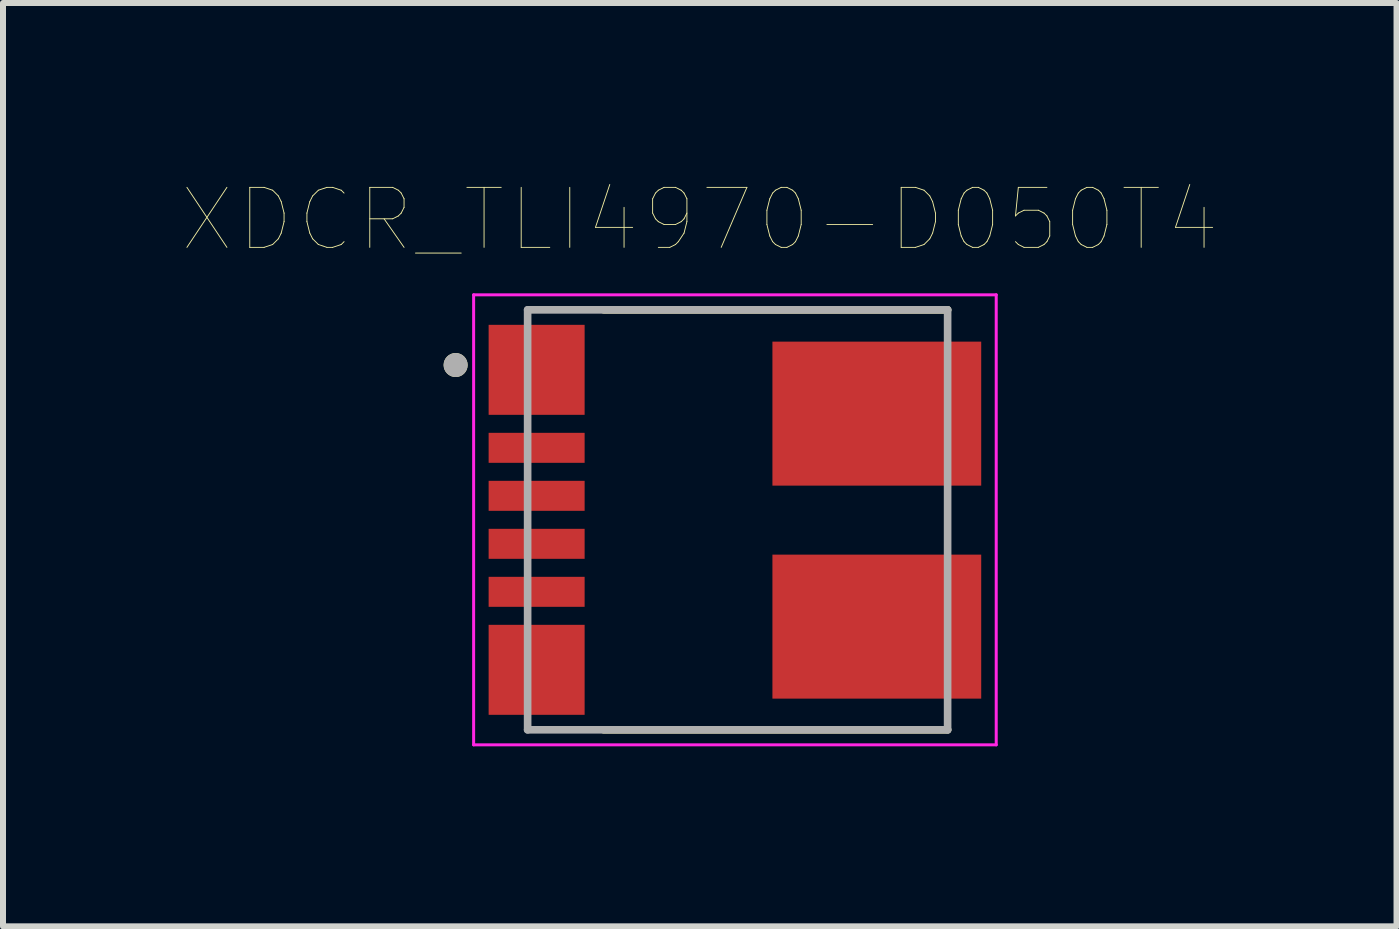
<source format=kicad_pcb>
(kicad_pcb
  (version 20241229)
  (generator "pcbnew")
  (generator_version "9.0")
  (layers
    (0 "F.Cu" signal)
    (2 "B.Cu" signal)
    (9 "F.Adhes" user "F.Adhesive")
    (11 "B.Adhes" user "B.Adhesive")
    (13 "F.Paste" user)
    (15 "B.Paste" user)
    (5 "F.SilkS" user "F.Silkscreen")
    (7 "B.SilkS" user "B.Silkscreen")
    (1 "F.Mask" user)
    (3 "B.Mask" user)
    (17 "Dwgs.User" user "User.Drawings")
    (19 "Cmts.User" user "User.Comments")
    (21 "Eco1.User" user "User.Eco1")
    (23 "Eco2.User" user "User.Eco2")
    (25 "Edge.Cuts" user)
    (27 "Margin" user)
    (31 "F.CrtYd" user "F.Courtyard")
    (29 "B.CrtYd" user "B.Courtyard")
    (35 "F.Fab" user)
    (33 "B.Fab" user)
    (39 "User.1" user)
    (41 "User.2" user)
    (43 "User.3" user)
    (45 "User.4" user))
  (footprint "XDCR_TLI4970-D050T4"
    (layer "F.Cu")
    (at 9.244 5.614)
    (property "Reference" "XDCR_TLI4970-D050T4" (at -0.631 -5.003 0) (layer "F.SilkS") (effects (font (size 1 1) (thickness 0.015))))
    (attr through_hole)
    (fp_line (start -2.23 -3.5) (end 3.5 -3.5) (stroke (width 0.127) (type solid)) (layer "F.SilkS"))
    (fp_line (start 3.5 3.5) (end -2.23 3.5) (stroke (width 0.127) (type solid)) (layer "F.SilkS"))
    (fp_circle (center -4.7 -2.58) (end -4.6 -2.58) (stroke (width 0.2) (type solid)) (fill no) (layer "F.SilkS"))
    (fp_poly (pts (xy -3.425 -1.825) (xy -3.025 -1.825) (xy -3.025 -0.575) (xy -3.425 -0.575)) (stroke (width 0.01) (type solid)) (fill yes) (layer "F.Paste"))
    (fp_poly (pts (xy -3.425 -1.025) (xy -3.025 -1.025) (xy -3.025 0.225) (xy -3.425 0.225)) (stroke (width 0.01) (type solid)) (fill yes) (layer "F.Paste"))
    (fp_poly (pts (xy -3.425 -0.225) (xy -3.025 -0.225) (xy -3.025 1.025) (xy -3.425 1.025)) (stroke (width 0.01) (type solid)) (fill yes) (layer "F.Paste"))
    (fp_poly (pts (xy -3.425 0.575) (xy -3.025 0.575) (xy -3.025 1.825) (xy -3.425 1.825)) (stroke (width 0.01) (type solid)) (fill yes) (layer "F.Paste"))
    (fp_poly (pts (xy -3.375 -3.625) (xy -3.075 -3.625) (xy -3.075 -2.375) (xy -3.375 -2.375)) (stroke (width 0.01) (type solid)) (fill yes) (layer "F.Paste"))
    (fp_poly (pts (xy -3.375 -3.125) (xy -3.075 -3.125) (xy -3.075 -1.875) (xy -3.375 -1.875)) (stroke (width 0.01) (type solid)) (fill yes) (layer "F.Paste"))
    (fp_poly (pts (xy -3.375 -2.625) (xy -3.075 -2.625) (xy -3.075 -1.375) (xy -3.375 -1.375)) (stroke (width 0.01) (type solid)) (fill yes) (layer "F.Paste"))
    (fp_poly (pts (xy -3.375 1.375) (xy -3.075 1.375) (xy -3.075 2.625) (xy -3.375 2.625)) (stroke (width 0.01) (type solid)) (fill yes) (layer "F.Paste"))
    (fp_poly (pts (xy -3.375 1.875) (xy -3.075 1.875) (xy -3.075 3.125) (xy -3.375 3.125)) (stroke (width 0.01) (type solid)) (fill yes) (layer "F.Paste"))
    (fp_poly (pts (xy -3.375 2.375) (xy -3.075 2.375) (xy -3.075 3.625) (xy -3.375 3.625)) (stroke (width 0.01) (type solid)) (fill yes) (layer "F.Paste"))
    (fp_poly (pts (xy 0.63 -2.93) (xy 0.93 -2.93) (xy 0.93 -2.63) (xy 0.63 -2.63)) (stroke (width 0.01) (type solid)) (fill yes) (layer "F.Paste"))
    (fp_poly (pts (xy 0.63 -2.43) (xy 0.93 -2.43) (xy 0.93 -2.13) (xy 0.63 -2.13)) (stroke (width 0.01) (type solid)) (fill yes) (layer "F.Paste"))
    (fp_poly (pts (xy 0.63 -1.93) (xy 0.93 -1.93) (xy 0.93 -1.63) (xy 0.63 -1.63)) (stroke (width 0.01) (type solid)) (fill yes) (layer "F.Paste"))
    (fp_poly (pts (xy 0.63 -1.43) (xy 0.93 -1.43) (xy 0.93 -1.13) (xy 0.63 -1.13)) (stroke (width 0.01) (type solid)) (fill yes) (layer "F.Paste"))
    (fp_poly (pts (xy 0.63 -0.93) (xy 0.93 -0.93) (xy 0.93 -0.63) (xy 0.63 -0.63)) (stroke (width 0.01) (type solid)) (fill yes) (layer "F.Paste"))
    (fp_poly (pts (xy 0.63 0.63) (xy 0.93 0.63) (xy 0.93 0.93) (xy 0.63 0.93)) (stroke (width 0.01) (type solid)) (fill yes) (layer "F.Paste"))
    (fp_poly (pts (xy 0.63 1.13) (xy 0.93 1.13) (xy 0.93 1.43) (xy 0.63 1.43)) (stroke (width 0.01) (type solid)) (fill yes) (layer "F.Paste"))
    (fp_poly (pts (xy 0.63 1.63) (xy 0.93 1.63) (xy 0.93 1.93) (xy 0.63 1.93)) (stroke (width 0.01) (type solid)) (fill yes) (layer "F.Paste"))
    (fp_poly (pts (xy 0.63 2.13) (xy 0.93 2.13) (xy 0.93 2.43) (xy 0.63 2.43)) (stroke (width 0.01) (type solid)) (fill yes) (layer "F.Paste"))
    (fp_poly (pts (xy 0.63 2.63) (xy 0.93 2.63) (xy 0.93 2.93) (xy 0.63 2.93)) (stroke (width 0.01) (type solid)) (fill yes) (layer "F.Paste"))
    (fp_poly (pts (xy 1.13 -2.93) (xy 1.43 -2.93) (xy 1.43 -2.63) (xy 1.13 -2.63)) (stroke (width 0.01) (type solid)) (fill yes) (layer "F.Paste"))
    (fp_poly (pts (xy 1.13 -2.43) (xy 1.43 -2.43) (xy 1.43 -2.13) (xy 1.13 -2.13)) (stroke (width 0.01) (type solid)) (fill yes) (layer "F.Paste"))
    (fp_poly (pts (xy 1.13 -1.93) (xy 1.43 -1.93) (xy 1.43 -1.63) (xy 1.13 -1.63)) (stroke (width 0.01) (type solid)) (fill yes) (layer "F.Paste"))
    (fp_poly (pts (xy 1.13 -1.43) (xy 1.43 -1.43) (xy 1.43 -1.13) (xy 1.13 -1.13)) (stroke (width 0.01) (type solid)) (fill yes) (layer "F.Paste"))
    (fp_poly (pts (xy 1.13 -0.93) (xy 1.43 -0.93) (xy 1.43 -0.63) (xy 1.13 -0.63)) (stroke (width 0.01) (type solid)) (fill yes) (layer "F.Paste"))
    (fp_poly (pts (xy 1.13 0.63) (xy 1.43 0.63) (xy 1.43 0.93) (xy 1.13 0.93)) (stroke (width 0.01) (type solid)) (fill yes) (layer "F.Paste"))
    (fp_poly (pts (xy 1.13 1.13) (xy 1.43 1.13) (xy 1.43 1.43) (xy 1.13 1.43)) (stroke (width 0.01) (type solid)) (fill yes) (layer "F.Paste"))
    (fp_poly (pts (xy 1.13 1.63) (xy 1.43 1.63) (xy 1.43 1.93) (xy 1.13 1.93)) (stroke (width 0.01) (type solid)) (fill yes) (layer "F.Paste"))
    (fp_poly (pts (xy 1.13 2.13) (xy 1.43 2.13) (xy 1.43 2.43) (xy 1.13 2.43)) (stroke (width 0.01) (type solid)) (fill yes) (layer "F.Paste"))
    (fp_poly (pts (xy 1.13 2.63) (xy 1.43 2.63) (xy 1.43 2.93) (xy 1.13 2.93)) (stroke (width 0.01) (type solid)) (fill yes) (layer "F.Paste"))
    (fp_poly (pts (xy 1.63 -2.93) (xy 1.93 -2.93) (xy 1.93 -2.63) (xy 1.63 -2.63)) (stroke (width 0.01) (type solid)) (fill yes) (layer "F.Paste"))
    (fp_poly (pts (xy 1.63 -2.43) (xy 1.93 -2.43) (xy 1.93 -2.13) (xy 1.63 -2.13)) (stroke (width 0.01) (type solid)) (fill yes) (layer "F.Paste"))
    (fp_poly (pts (xy 1.63 -1.93) (xy 1.93 -1.93) (xy 1.93 -1.63) (xy 1.63 -1.63)) (stroke (width 0.01) (type solid)) (fill yes) (layer "F.Paste"))
    (fp_poly (pts (xy 1.63 -1.43) (xy 1.93 -1.43) (xy 1.93 -1.13) (xy 1.63 -1.13)) (stroke (width 0.01) (type solid)) (fill yes) (layer "F.Paste"))
    (fp_poly (pts (xy 1.63 -0.93) (xy 1.93 -0.93) (xy 1.93 -0.63) (xy 1.63 -0.63)) (stroke (width 0.01) (type solid)) (fill yes) (layer "F.Paste"))
    (fp_poly (pts (xy 1.63 0.63) (xy 1.93 0.63) (xy 1.93 0.93) (xy 1.63 0.93)) (stroke (width 0.01) (type solid)) (fill yes) (layer "F.Paste"))
    (fp_poly (pts (xy 1.63 1.13) (xy 1.93 1.13) (xy 1.93 1.43) (xy 1.63 1.43)) (stroke (width 0.01) (type solid)) (fill yes) (layer "F.Paste"))
    (fp_poly (pts (xy 1.63 1.63) (xy 1.93 1.63) (xy 1.93 1.93) (xy 1.63 1.93)) (stroke (width 0.01) (type solid)) (fill yes) (layer "F.Paste"))
    (fp_poly (pts (xy 1.63 2.13) (xy 1.93 2.13) (xy 1.93 2.43) (xy 1.63 2.43)) (stroke (width 0.01) (type solid)) (fill yes) (layer "F.Paste"))
    (fp_poly (pts (xy 1.63 2.63) (xy 1.93 2.63) (xy 1.93 2.93) (xy 1.63 2.93)) (stroke (width 0.01) (type solid)) (fill yes) (layer "F.Paste"))
    (fp_poly (pts (xy 2.13 -2.93) (xy 2.43 -2.93) (xy 2.43 -2.63) (xy 2.13 -2.63)) (stroke (width 0.01) (type solid)) (fill yes) (layer "F.Paste"))
    (fp_poly (pts (xy 2.13 -2.43) (xy 2.43 -2.43) (xy 2.43 -2.13) (xy 2.13 -2.13)) (stroke (width 0.01) (type solid)) (fill yes) (layer "F.Paste"))
    (fp_poly (pts (xy 2.13 -1.93) (xy 2.43 -1.93) (xy 2.43 -1.63) (xy 2.13 -1.63)) (stroke (width 0.01) (type solid)) (fill yes) (layer "F.Paste"))
    (fp_poly (pts (xy 2.13 -1.43) (xy 2.43 -1.43) (xy 2.43 -1.13) (xy 2.13 -1.13)) (stroke (width 0.01) (type solid)) (fill yes) (layer "F.Paste"))
    (fp_poly (pts (xy 2.13 -0.93) (xy 2.43 -0.93) (xy 2.43 -0.63) (xy 2.13 -0.63)) (stroke (width 0.01) (type solid)) (fill yes) (layer "F.Paste"))
    (fp_poly (pts (xy 2.13 0.63) (xy 2.43 0.63) (xy 2.43 0.93) (xy 2.13 0.93)) (stroke (width 0.01) (type solid)) (fill yes) (layer "F.Paste"))
    (fp_poly (pts (xy 2.13 1.13) (xy 2.43 1.13) (xy 2.43 1.43) (xy 2.13 1.43)) (stroke (width 0.01) (type solid)) (fill yes) (layer "F.Paste"))
    (fp_poly (pts (xy 2.13 1.63) (xy 2.43 1.63) (xy 2.43 1.93) (xy 2.13 1.93)) (stroke (width 0.01) (type solid)) (fill yes) (layer "F.Paste"))
    (fp_poly (pts (xy 2.13 2.13) (xy 2.43 2.13) (xy 2.43 2.43) (xy 2.13 2.43)) (stroke (width 0.01) (type solid)) (fill yes) (layer "F.Paste"))
    (fp_poly (pts (xy 2.13 2.63) (xy 2.43 2.63) (xy 2.43 2.93) (xy 2.13 2.93)) (stroke (width 0.01) (type solid)) (fill yes) (layer "F.Paste"))
    (fp_poly (pts (xy 2.63 -2.93) (xy 2.93 -2.93) (xy 2.93 -2.63) (xy 2.63 -2.63)) (stroke (width 0.01) (type solid)) (fill yes) (layer "F.Paste"))
    (fp_poly (pts (xy 2.63 -2.43) (xy 2.93 -2.43) (xy 2.93 -2.13) (xy 2.63 -2.13)) (stroke (width 0.01) (type solid)) (fill yes) (layer "F.Paste"))
    (fp_poly (pts (xy 2.63 -1.93) (xy 2.93 -1.93) (xy 2.93 -1.63) (xy 2.63 -1.63)) (stroke (width 0.01) (type solid)) (fill yes) (layer "F.Paste"))
    (fp_poly (pts (xy 2.63 -1.43) (xy 2.93 -1.43) (xy 2.93 -1.13) (xy 2.63 -1.13)) (stroke (width 0.01) (type solid)) (fill yes) (layer "F.Paste"))
    (fp_poly (pts (xy 2.63 -0.93) (xy 2.93 -0.93) (xy 2.93 -0.63) (xy 2.63 -0.63)) (stroke (width 0.01) (type solid)) (fill yes) (layer "F.Paste"))
    (fp_poly (pts (xy 2.63 0.63) (xy 2.93 0.63) (xy 2.93 0.93) (xy 2.63 0.93)) (stroke (width 0.01) (type solid)) (fill yes) (layer "F.Paste"))
    (fp_poly (pts (xy 2.63 1.13) (xy 2.93 1.13) (xy 2.93 1.43) (xy 2.63 1.43)) (stroke (width 0.01) (type solid)) (fill yes) (layer "F.Paste"))
    (fp_poly (pts (xy 2.63 1.63) (xy 2.93 1.63) (xy 2.93 1.93) (xy 2.63 1.93)) (stroke (width 0.01) (type solid)) (fill yes) (layer "F.Paste"))
    (fp_poly (pts (xy 2.63 2.13) (xy 2.93 2.13) (xy 2.93 2.43) (xy 2.63 2.43)) (stroke (width 0.01) (type solid)) (fill yes) (layer "F.Paste"))
    (fp_poly (pts (xy 2.63 2.63) (xy 2.93 2.63) (xy 2.93 2.93) (xy 2.63 2.93)) (stroke (width 0.01) (type solid)) (fill yes) (layer "F.Paste"))
    (fp_poly (pts (xy 3.13 -2.93) (xy 3.43 -2.93) (xy 3.43 -2.63) (xy 3.13 -2.63)) (stroke (width 0.01) (type solid)) (fill yes) (layer "F.Paste"))
    (fp_poly (pts (xy 3.13 -2.43) (xy 3.43 -2.43) (xy 3.43 -2.13) (xy 3.13 -2.13)) (stroke (width 0.01) (type solid)) (fill yes) (layer "F.Paste"))
    (fp_poly (pts (xy 3.13 -1.93) (xy 3.43 -1.93) (xy 3.43 -1.63) (xy 3.13 -1.63)) (stroke (width 0.01) (type solid)) (fill yes) (layer "F.Paste"))
    (fp_poly (pts (xy 3.13 -1.43) (xy 3.43 -1.43) (xy 3.43 -1.13) (xy 3.13 -1.13)) (stroke (width 0.01) (type solid)) (fill yes) (layer "F.Paste"))
    (fp_poly (pts (xy 3.13 -0.93) (xy 3.43 -0.93) (xy 3.43 -0.63) (xy 3.13 -0.63)) (stroke (width 0.01) (type solid)) (fill yes) (layer "F.Paste"))
    (fp_poly (pts (xy 3.13 0.63) (xy 3.43 0.63) (xy 3.43 0.93) (xy 3.13 0.93)) (stroke (width 0.01) (type solid)) (fill yes) (layer "F.Paste"))
    (fp_poly (pts (xy 3.13 1.13) (xy 3.43 1.13) (xy 3.43 1.43) (xy 3.13 1.43)) (stroke (width 0.01) (type solid)) (fill yes) (layer "F.Paste"))
    (fp_poly (pts (xy 3.13 1.63) (xy 3.43 1.63) (xy 3.43 1.93) (xy 3.13 1.93)) (stroke (width 0.01) (type solid)) (fill yes) (layer "F.Paste"))
    (fp_poly (pts (xy 3.13 2.13) (xy 3.43 2.13) (xy 3.43 2.43) (xy 3.13 2.43)) (stroke (width 0.01) (type solid)) (fill yes) (layer "F.Paste"))
    (fp_poly (pts (xy 3.13 2.63) (xy 3.43 2.63) (xy 3.43 2.93) (xy 3.13 2.93)) (stroke (width 0.01) (type solid)) (fill yes) (layer "F.Paste"))
    (fp_poly (pts (xy 3.63 -2.93) (xy 3.93 -2.93) (xy 3.93 -2.63) (xy 3.63 -2.63)) (stroke (width 0.01) (type solid)) (fill yes) (layer "F.Paste"))
    (fp_poly (pts (xy 3.63 -2.43) (xy 3.93 -2.43) (xy 3.93 -2.13) (xy 3.63 -2.13)) (stroke (width 0.01) (type solid)) (fill yes) (layer "F.Paste"))
    (fp_poly (pts (xy 3.63 -1.93) (xy 3.93 -1.93) (xy 3.93 -1.63) (xy 3.63 -1.63)) (stroke (width 0.01) (type solid)) (fill yes) (layer "F.Paste"))
    (fp_poly (pts (xy 3.63 -1.43) (xy 3.93 -1.43) (xy 3.93 -1.13) (xy 3.63 -1.13)) (stroke (width 0.01) (type solid)) (fill yes) (layer "F.Paste"))
    (fp_poly (pts (xy 3.63 -0.93) (xy 3.93 -0.93) (xy 3.93 -0.63) (xy 3.63 -0.63)) (stroke (width 0.01) (type solid)) (fill yes) (layer "F.Paste"))
    (fp_poly (pts (xy 3.63 0.63) (xy 3.93 0.63) (xy 3.93 0.93) (xy 3.63 0.93)) (stroke (width 0.01) (type solid)) (fill yes) (layer "F.Paste"))
    (fp_poly (pts (xy 3.63 1.13) (xy 3.93 1.13) (xy 3.93 1.43) (xy 3.63 1.43)) (stroke (width 0.01) (type solid)) (fill yes) (layer "F.Paste"))
    (fp_poly (pts (xy 3.63 1.63) (xy 3.93 1.63) (xy 3.93 1.93) (xy 3.63 1.93)) (stroke (width 0.01) (type solid)) (fill yes) (layer "F.Paste"))
    (fp_poly (pts (xy 3.63 2.13) (xy 3.93 2.13) (xy 3.93 2.43) (xy 3.63 2.43)) (stroke (width 0.01) (type solid)) (fill yes) (layer "F.Paste"))
    (fp_poly (pts (xy 3.63 2.63) (xy 3.93 2.63) (xy 3.93 2.93) (xy 3.63 2.93)) (stroke (width 0.01) (type solid)) (fill yes) (layer "F.Paste"))
    (fp_line (start -4.4 -3.75) (end 4.31 -3.75) (stroke (width 0.05) (type solid)) (layer "F.CrtYd"))
    (fp_line (start -4.4 3.75) (end -4.4 -3.75) (stroke (width 0.05) (type solid)) (layer "F.CrtYd"))
    (fp_line (start 4.31 -3.75) (end 4.31 3.75) (stroke (width 0.05) (type solid)) (layer "F.CrtYd"))
    (fp_line (start 4.31 3.75) (end -4.4 3.75) (stroke (width 0.05) (type solid)) (layer "F.CrtYd"))
    (fp_line (start -3.5 -3.5) (end 3.5 -3.5) (stroke (width 0.127) (type solid)) (layer "F.Fab"))
    (fp_line (start -3.5 3.5) (end -3.5 -3.5) (stroke (width 0.127) (type solid)) (layer "F.Fab"))
    (fp_line (start 3.5 -3.5) (end 3.5 3.5) (stroke (width 0.127) (type solid)) (layer "F.Fab"))
    (fp_line (start 3.5 3.5) (end -3.5 3.5) (stroke (width 0.127) (type solid)) (layer "F.Fab"))
    (fp_circle (center -4.7 -2.58) (end -4.6 -2.58) (stroke (width 0.2) (type solid)) (fill no) (layer "F.Fab"))
    (pad "1" smd rect (at -3.35 -2.5) (size 1.6 1.5) (layers "F.Cu" "F.Mask"))
    (pad "2" smd rect (at -3.35 -1.2) (size 1.6 0.5) (layers "F.Cu" "F.Mask"))
    (pad "3" smd rect (at -3.35 -0.4) (size 1.6 0.5) (layers "F.Cu" "F.Mask"))
    (pad "4" smd rect (at -3.35 0.4) (size 1.6 0.5) (layers "F.Cu" "F.Mask"))
    (pad "5" smd rect (at -3.35 1.2) (size 1.6 0.5) (layers "F.Cu" "F.Mask"))
    (pad "6" smd rect (at -3.35 2.5) (size 1.6 1.5) (layers "F.Cu" "F.Mask"))
    (pad "7" smd rect (at 2.32 1.78) (size 3.48 2.4) (layers "F.Cu" "F.Mask"))
    (pad "8" smd rect (at 2.32 -1.77) (size 3.48 2.4) (layers "F.Cu" "F.Mask")))
  (gr_rect
    (start -3 -3)
    (end 20.226 12.389)
    (stroke (width 0.1) (type default))
    (fill no)
    (layer "Edge.Cuts")))
</source>
